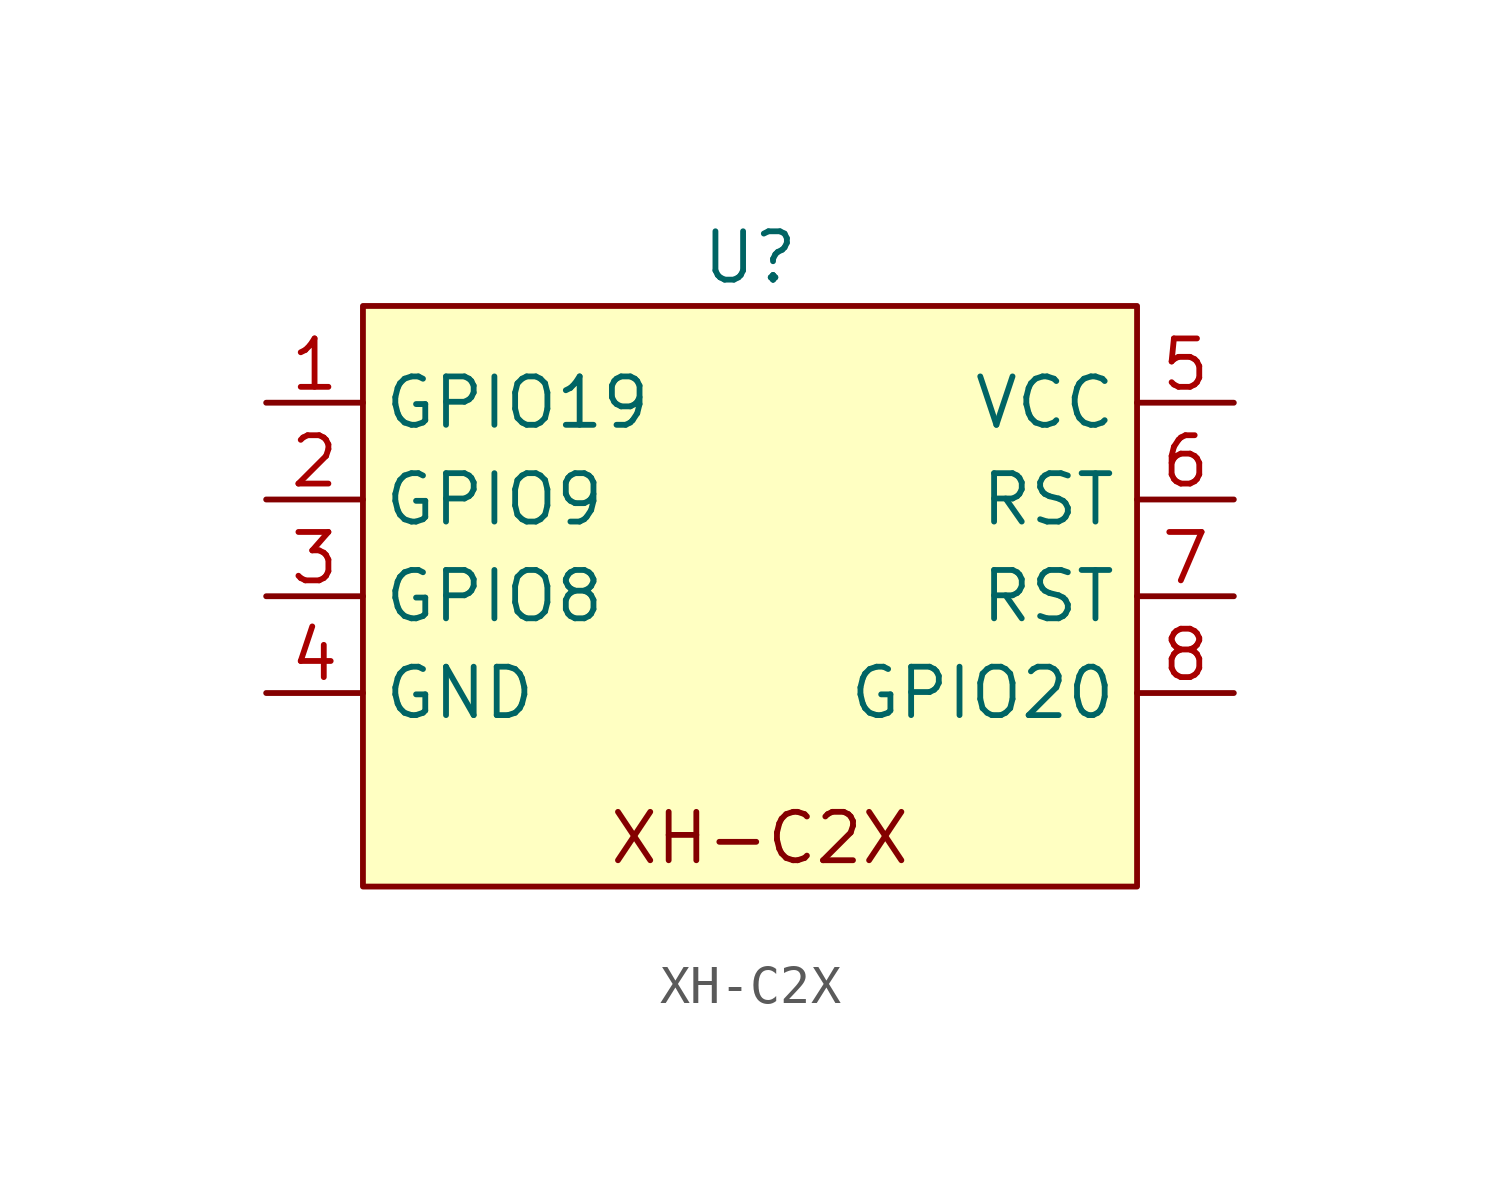
<source format=kicad_sym>
(kicad_symbol_lib
  (version 20231120)
  (generator "kicad_symbol_editor")
  (generator_version "8.0")
  (symbol "XH-C2X"
    (property "Reference" "U"
      (at 0 0 0)
      (effects (font (size 1.27 1.27))))
    (property "Value" ""
      (at -3.81 0 0)
      (effects (font (size 1.27 1.27))))
    (symbol "XH-C2X_0_1"
      (rectangle (start -10.16 -1.27) (end 10.16 -16.51) (stroke (width 0) (type default)) (fill (type background))))
    (symbol "XH-C2X_1_1"
      (text "XH-C2X" (at 0.254 -15.24 0) (effects (font (size 1.27 1.27))))
      (pin bidirectional line (at -12.7 -3.81 0) (length 2.54) (name "GPIO19" (effects (font (size 1.27 1.27)))) (number "1" (effects (font (size 1.27 1.27)))))
      (pin bidirectional line (at -12.7 -6.35 0) (length 2.54) (name "GPIO9" (effects (font (size 1.27 1.27)))) (number "2" (effects (font (size 1.27 1.27)))))
      (pin bidirectional line (at -12.7 -8.89 0) (length 2.54) (name "GPIO8" (effects (font (size 1.27 1.27)))) (number "3" (effects (font (size 1.27 1.27)))))
      (pin power_in line (at -12.7 -11.43 0) (length 2.54) (name "GND" (effects (font (size 1.27 1.27)))) (number "4" (effects (font (size 1.27 1.27)))))
      (pin power_in line (at 12.7 -3.81 180) (length 2.54) (name "VCC" (effects (font (size 1.27 1.27)))) (number "5" (effects (font (size 1.27 1.27)))))
      (pin input line (at 12.7 -6.35 180) (length 2.54) (name "RST" (effects (font (size 1.27 1.27)))) (number "6" (effects (font (size 1.27 1.27)))))
      (pin input line (at 12.7 -8.89 180) (length 2.54) (name "RST" (effects (font (size 1.27 1.27)))) (number "7" (effects (font (size 1.27 1.27)))))
      (pin bidirectional line (at 12.7 -11.43 180) (length 2.54) (name "GPIO20" (effects (font (size 1.27 1.27)))) (number "8" (effects (font (size 1.27 1.27))))))))
</source>
